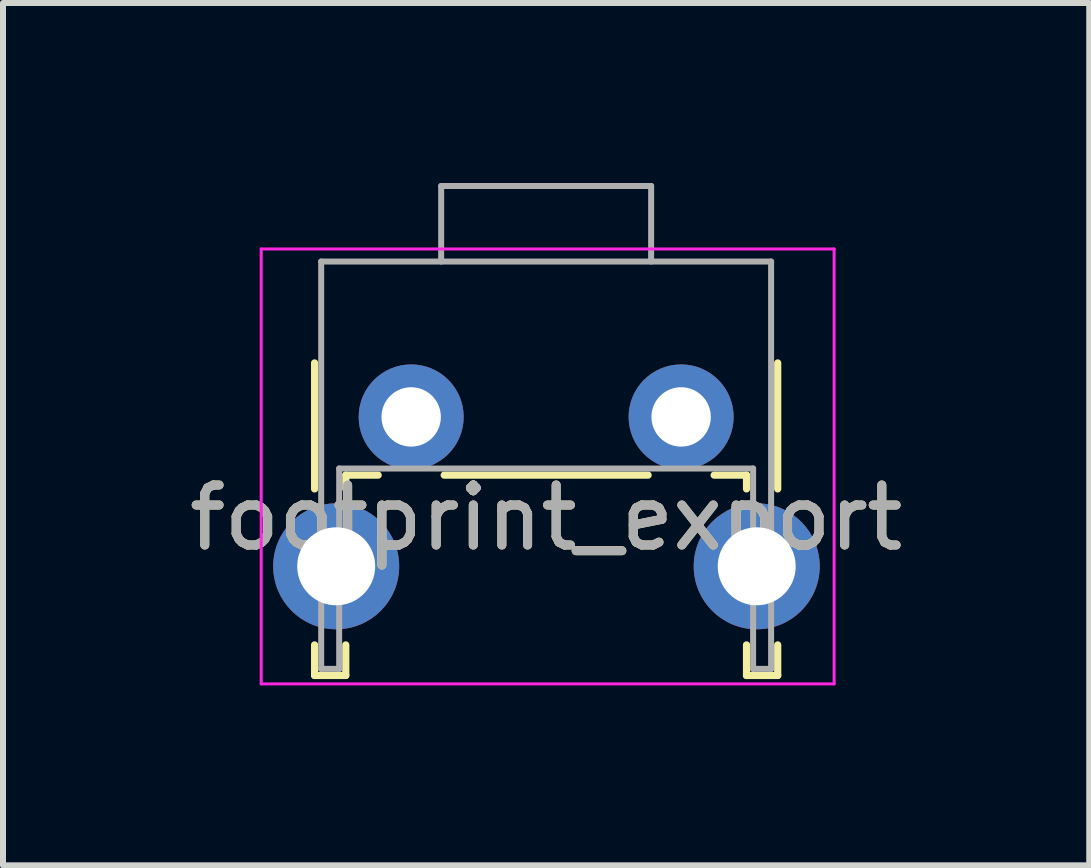
<source format=kicad_pcb>
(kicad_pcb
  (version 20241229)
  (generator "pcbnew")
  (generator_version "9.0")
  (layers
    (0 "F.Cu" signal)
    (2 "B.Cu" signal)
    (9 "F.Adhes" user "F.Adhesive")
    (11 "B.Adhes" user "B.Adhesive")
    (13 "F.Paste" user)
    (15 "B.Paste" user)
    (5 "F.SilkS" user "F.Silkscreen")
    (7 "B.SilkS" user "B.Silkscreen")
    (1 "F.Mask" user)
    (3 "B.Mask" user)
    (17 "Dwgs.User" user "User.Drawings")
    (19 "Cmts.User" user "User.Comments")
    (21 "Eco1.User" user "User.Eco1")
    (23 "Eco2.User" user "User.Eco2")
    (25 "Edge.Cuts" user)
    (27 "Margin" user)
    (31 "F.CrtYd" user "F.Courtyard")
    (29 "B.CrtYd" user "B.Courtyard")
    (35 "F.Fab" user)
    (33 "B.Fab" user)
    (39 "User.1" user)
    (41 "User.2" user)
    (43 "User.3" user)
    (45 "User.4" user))
  (footprint "footprint_export"
    (layer "F.Cu")
    (at 3.804 3.9)
    (property "Reference" "footprint_export" (at 2.25 1.68 0) (layer "F.SilkS") (effects (font (size 1 1) (thickness 0.15))))
    (attr through_hole)
    (fp_line (start -1.61 -0.9) (end -1.61 1.2) (stroke (width 0.12) (type solid)) (layer "F.SilkS"))
    (fp_line (start -1.61 3.8) (end -1.61 4.31) (stroke (width 0.12) (type solid)) (layer "F.SilkS"))
    (fp_line (start -1.61 4.31) (end -1.09 4.31) (stroke (width 0.12) (type solid)) (layer "F.SilkS"))
    (fp_line (start -1.09 0.97) (end -1.09 1.2) (stroke (width 0.12) (type solid)) (layer "F.SilkS"))
    (fp_line (start -1.09 0.97) (end -0.55 0.97) (stroke (width 0.12) (type solid)) (layer "F.SilkS"))
    (fp_line (start -1.09 3.8) (end -1.09 4.31) (stroke (width 0.12) (type solid)) (layer "F.SilkS"))
    (fp_line (start 0.55 0.97) (end 3.95 0.97) (stroke (width 0.12) (type solid)) (layer "F.SilkS"))
    (fp_line (start 5.05 0.97) (end 5.59 0.97) (stroke (width 0.12) (type solid)) (layer "F.SilkS"))
    (fp_line (start 5.59 0.97) (end 5.59 1.2) (stroke (width 0.12) (type solid)) (layer "F.SilkS"))
    (fp_line (start 5.59 3.8) (end 5.59 4.31) (stroke (width 0.12) (type solid)) (layer "F.SilkS"))
    (fp_line (start 5.59 4.31) (end 6.11 4.31) (stroke (width 0.12) (type solid)) (layer "F.SilkS"))
    (fp_line (start 6.11 -0.9) (end 6.11 1.2) (stroke (width 0.12) (type solid)) (layer "F.SilkS"))
    (fp_line (start 6.11 3.8) (end 6.11 4.31) (stroke (width 0.12) (type solid)) (layer "F.SilkS"))
    (fp_line (start -2.5 -2.8) (end 7.05 -2.8) (stroke (width 0.05) (type solid)) (layer "F.CrtYd"))
    (fp_line (start -2.5 4.45) (end -2.5 -2.8) (stroke (width 0.05) (type solid)) (layer "F.CrtYd"))
    (fp_line (start 7.05 -2.8) (end 7.05 4.45) (stroke (width 0.05) (type solid)) (layer "F.CrtYd"))
    (fp_line (start 7.05 4.45) (end -2.5 4.45) (stroke (width 0.05) (type solid)) (layer "F.CrtYd"))
    (fp_line (start -1.5 -2.59) (end 6 -2.59) (stroke (width 0.1) (type solid)) (layer "F.Fab"))
    (fp_line (start -1.5 4.2) (end -1.5 -2.59) (stroke (width 0.1) (type solid)) (layer "F.Fab"))
    (fp_line (start -1.5 4.2) (end -1.2 4.2) (stroke (width 0.1) (type solid)) (layer "F.Fab"))
    (fp_line (start -1.2 0.86) (end 5.7 0.86) (stroke (width 0.1) (type solid)) (layer "F.Fab"))
    (fp_line (start -1.2 4.2) (end -1.2 0.86) (stroke (width 0.1) (type solid)) (layer "F.Fab"))
    (fp_line (start 0.5 -3.85) (end 0.5 -2.59) (stroke (width 0.1) (type solid)) (layer "F.Fab"))
    (fp_line (start 0.5 -3.85) (end 4 -3.85) (stroke (width 0.1) (type solid)) (layer "F.Fab"))
    (fp_line (start 4 -3.85) (end 4 -2.59) (stroke (width 0.1) (type solid)) (layer "F.Fab"))
    (fp_line (start 5.7 4.2) (end 5.7 0.86) (stroke (width 0.1) (type solid)) (layer "F.Fab"))
    (fp_line (start 5.7 4.2) (end 6 4.2) (stroke (width 0.1) (type solid)) (layer "F.Fab"))
    (fp_line (start 6 4.2) (end 6 -2.59) (stroke (width 0.1) (type solid)) (layer "F.Fab"))
    (fp_text user "${REFERENCE}" (at 2.25 1.68 0) (layer "F.Fab") (effects (font (size 1 1) (thickness 0.15))))
    (pad "" thru_hole circle (at -1.25 2.49) (size 2.1 2.1) (drill 1.3) (layers "*.Cu" "*.Mask"))
    (pad "" thru_hole circle (at 5.76 2.49) (size 2.1 2.1) (drill 1.3) (layers "*.Cu" "*.Mask"))
    (pad "1" thru_hole circle (at 0 0) (size 1.75 1.75) (drill 0.99) (layers "*.Cu" "*.Mask"))
    (pad "2" thru_hole circle (at 4.5 0) (size 1.75 1.75) (drill 0.99) (layers "*.Cu" "*.Mask")))
  (gr_rect
    (start -3 -3)
    (end 15.107 11.375)
    (stroke (width 0.1) (type default))
    (fill no)
    (layer "Edge.Cuts")))
</source>
